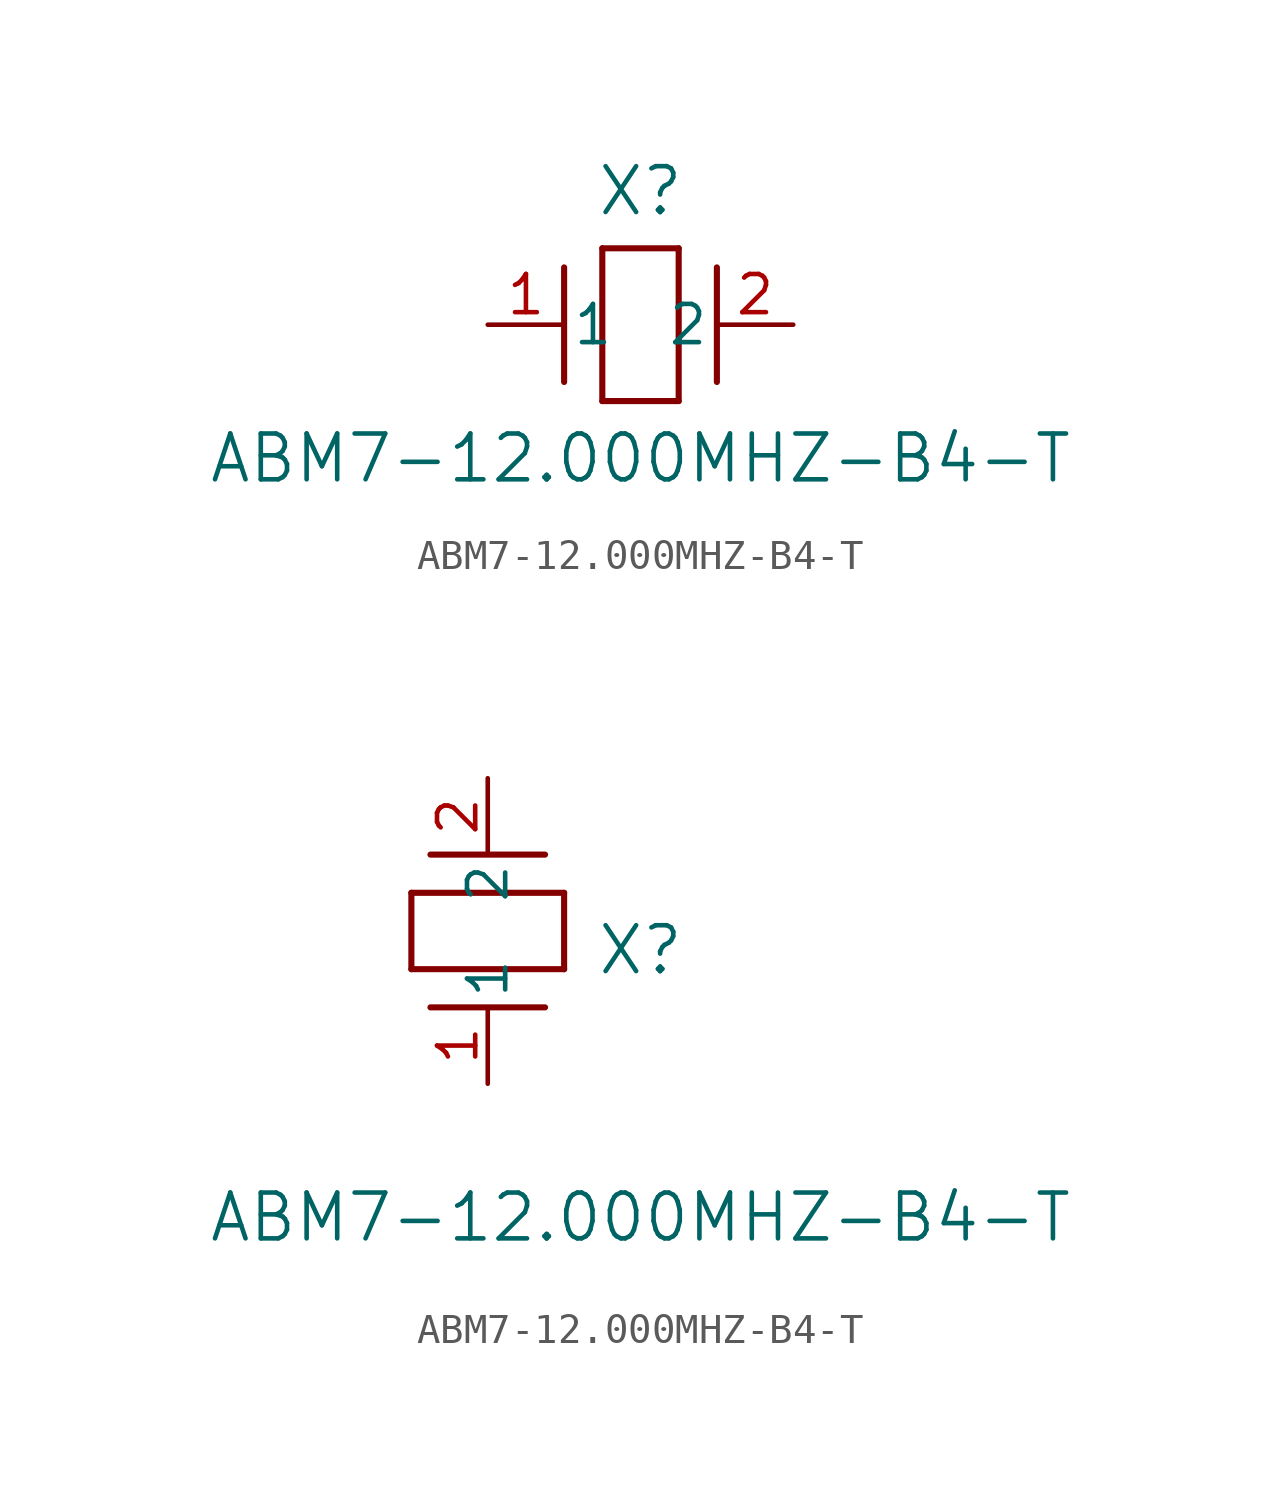
<source format=kicad_sym>
(kicad_symbol_lib
  (version 20211014)
  (generator kicad_symbol_editor)
  (symbol "ABM7-12.000MHZ-B4-T"
    (pin_names
      (offset 0.254))
    (property "Reference" "X"
      (at 5.08 4.445 0)
      (effects (font (size 1.524 1.524))))
    (property "Value" "ABM7-12.000MHZ-B4-T"
      (at 5.08 -4.445 0)
      (effects (font (size 1.524 1.524))))
    (symbol "ABM7-12.000MHZ-B4-T_1_1"
      (polyline (pts (xy 2.54 -1.905) (xy 2.54 1.905)) (stroke (width 0.203) (type default) (color 0 0 0 0)) (fill (type none)))
      (polyline (pts (xy 6.35 2.54) (xy 6.35 -2.54)) (stroke (width 0.203) (type default) (color 0 0 0 0)) (fill (type none)))
      (polyline (pts (xy 7.62 -1.905) (xy 7.62 1.905)) (stroke (width 0.203) (type default) (color 0 0 0 0)) (fill (type none)))
      (polyline (pts (xy 6.35 -2.54) (xy 3.81 -2.54)) (stroke (width 0.203) (type default) (color 0 0 0 0)) (fill (type none)))
      (polyline (pts (xy 3.81 2.54) (xy 6.35 2.54)) (stroke (width 0.203) (type default) (color 0 0 0 0)) (fill (type none)))
      (polyline (pts (xy 3.81 -2.54) (xy 3.81 2.54)) (stroke (width 0.203) (type default) (color 0 0 0 0)) (fill (type none)))
      (pin unspecified line (at 0 0 0) (length 2.54) (name "1" (effects (font (size 1.27 1.27)))) (number "1" (effects (font (size 1.27 1.27)))))
      (pin unspecified line (at 10.16 0 180) (length 2.54) (name "2" (effects (font (size 1.27 1.27)))) (number "2" (effects (font (size 1.27 1.27))))))
    (symbol "ABM7-12.000MHZ-B4-T_1_2"
      (polyline (pts (xy 1.905 7.62) (xy -1.905 7.62)) (stroke (width 0.203) (type default) (color 0 0 0 0)) (fill (type none)))
      (polyline (pts (xy -2.54 3.81) (xy -2.54 6.35)) (stroke (width 0.203) (type default) (color 0 0 0 0)) (fill (type none)))
      (polyline (pts (xy 1.905 2.54) (xy -1.905 2.54)) (stroke (width 0.203) (type default) (color 0 0 0 0)) (fill (type none)))
      (polyline (pts (xy 2.54 6.35) (xy 2.54 3.81)) (stroke (width 0.203) (type default) (color 0 0 0 0)) (fill (type none)))
      (polyline (pts (xy -2.54 6.35) (xy 2.54 6.35)) (stroke (width 0.203) (type default) (color 0 0 0 0)) (fill (type none)))
      (polyline (pts (xy 2.54 3.81) (xy -2.54 3.81)) (stroke (width 0.203) (type default) (color 0 0 0 0)) (fill (type none)))
      (pin unspecified line (at 0 0 90) (length 2.54) (name "1" (effects (font (size 1.27 1.27)))) (number "1" (effects (font (size 1.27 1.27)))))
      (pin unspecified line (at 0 10.16 270) (length 2.54) (name "2" (effects (font (size 1.27 1.27)))) (number "2" (effects (font (size 1.27 1.27))))))))
</source>
